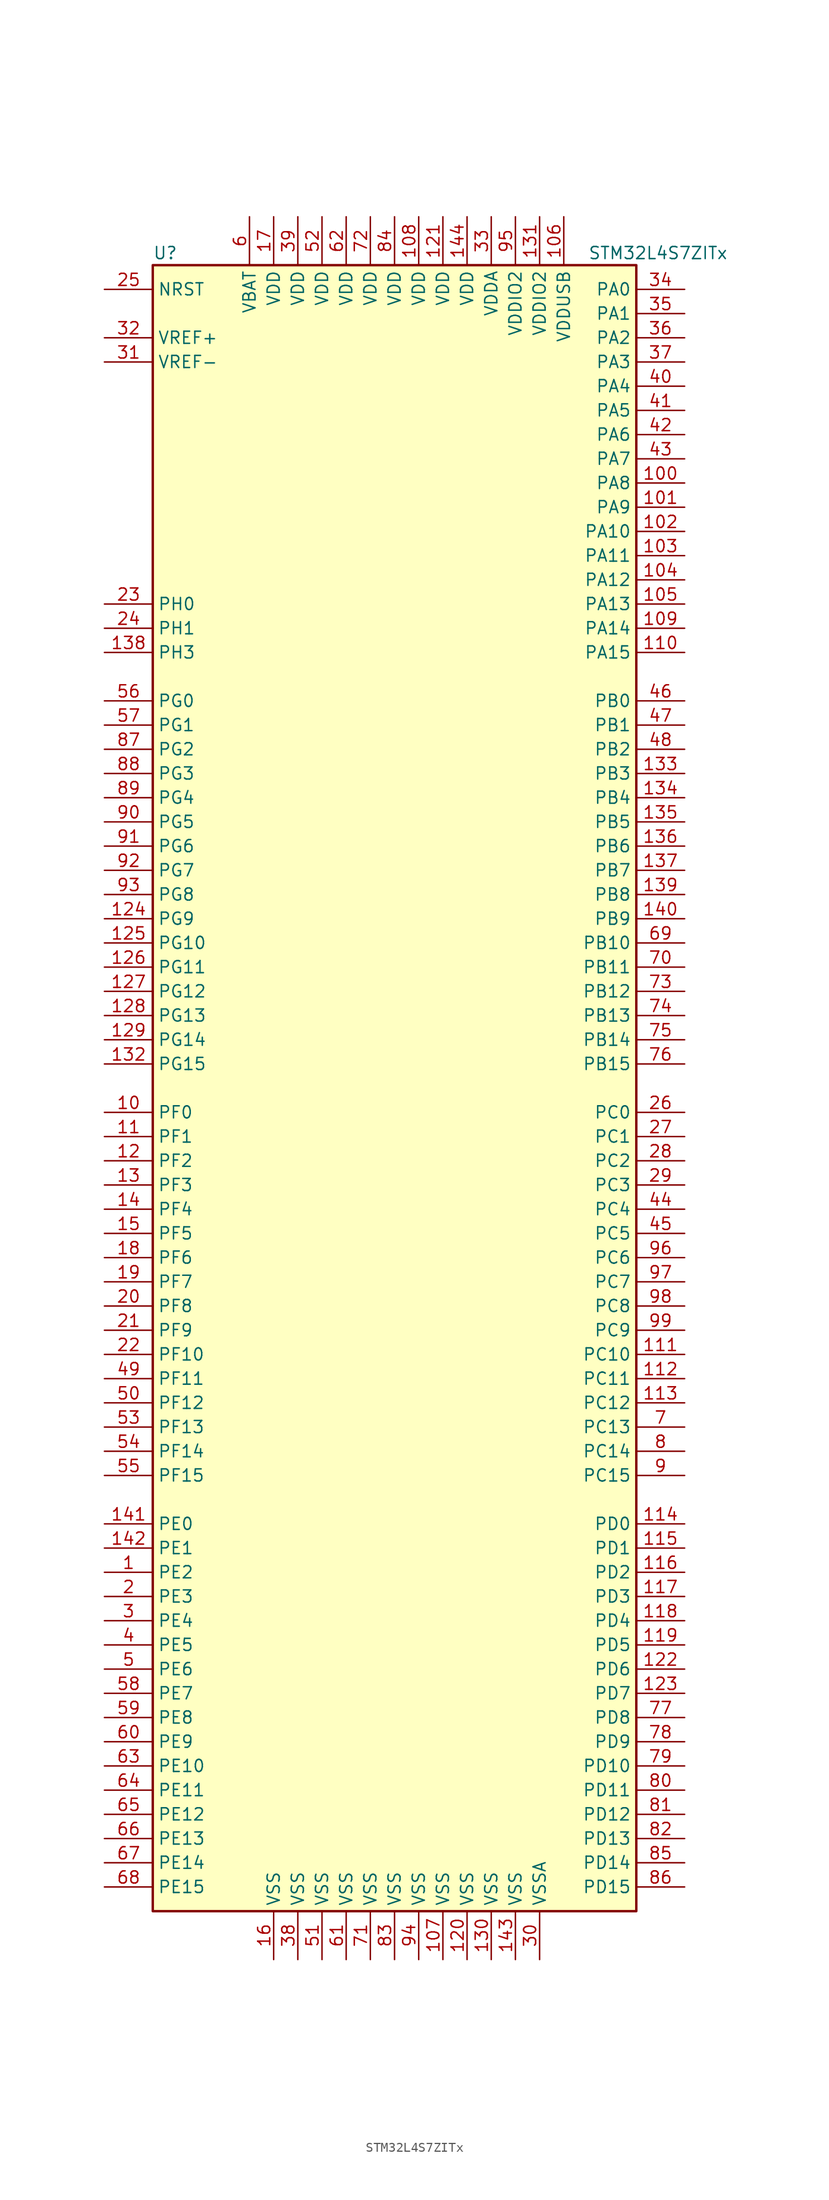
<source format=kicad_sym>
(kicad_symbol_lib
  (version 20211014)
  (generator kicad_symbol_editor)
  (symbol "STM32L4S7ZITx"
    (property "Reference" "U"
      (at -25.4 87.63 0)
      (effects (font (size 1.27 1.27)) (justify left)))
    (property "Value" "STM32L4S7ZITx"
      (at 20.32 87.63 0)
      (effects (font (size 1.27 1.27)) (justify left)))
    (symbol "STM32L4S7ZITx_0_1"
      (rectangle (start -25.4 -86.36) (end 25.4 86.36) (stroke (width 0.254) (type default) (color 0 0 0 0)) (fill (type background))))
    (symbol "STM32L4S7ZITx_1_1"
      (pin bidirectional line (at -30.48 -50.8 0) (length 5.08) (name "PE2" (effects (font (size 1.27 1.27)))) (number "1" (effects (font (size 1.27 1.27)))))
      (pin bidirectional line (at -30.48 -2.54 0) (length 5.08) (name "PF0" (effects (font (size 1.27 1.27)))) (number "10" (effects (font (size 1.27 1.27)))))
      (pin bidirectional line (at 30.48 63.5 180) (length 5.08) (name "PA8" (effects (font (size 1.27 1.27)))) (number "100" (effects (font (size 1.27 1.27)))))
      (pin bidirectional line (at 30.48 60.96 180) (length 5.08) (name "PA9" (effects (font (size 1.27 1.27)))) (number "101" (effects (font (size 1.27 1.27)))))
      (pin bidirectional line (at 30.48 58.42 180) (length 5.08) (name "PA10" (effects (font (size 1.27 1.27)))) (number "102" (effects (font (size 1.27 1.27)))))
      (pin bidirectional line (at 30.48 55.88 180) (length 5.08) (name "PA11" (effects (font (size 1.27 1.27)))) (number "103" (effects (font (size 1.27 1.27)))))
      (pin bidirectional line (at 30.48 53.34 180) (length 5.08) (name "PA12" (effects (font (size 1.27 1.27)))) (number "104" (effects (font (size 1.27 1.27)))))
      (pin bidirectional line (at 30.48 50.8 180) (length 5.08) (name "PA13" (effects (font (size 1.27 1.27)))) (number "105" (effects (font (size 1.27 1.27)))))
      (pin power_in line (at 17.78 91.44 270) (length 5.08) (name "VDDUSB" (effects (font (size 1.27 1.27)))) (number "106" (effects (font (size 1.27 1.27)))))
      (pin power_in line (at 5.08 -91.44 90) (length 5.08) (name "VSS" (effects (font (size 1.27 1.27)))) (number "107" (effects (font (size 1.27 1.27)))))
      (pin power_in line (at 2.54 91.44 270) (length 5.08) (name "VDD" (effects (font (size 1.27 1.27)))) (number "108" (effects (font (size 1.27 1.27)))))
      (pin bidirectional line (at 30.48 48.26 180) (length 5.08) (name "PA14" (effects (font (size 1.27 1.27)))) (number "109" (effects (font (size 1.27 1.27)))))
      (pin bidirectional line (at -30.48 -5.08 0) (length 5.08) (name "PF1" (effects (font (size 1.27 1.27)))) (number "11" (effects (font (size 1.27 1.27)))))
      (pin bidirectional line (at 30.48 45.72 180) (length 5.08) (name "PA15" (effects (font (size 1.27 1.27)))) (number "110" (effects (font (size 1.27 1.27)))))
      (pin bidirectional line (at 30.48 -27.94 180) (length 5.08) (name "PC10" (effects (font (size 1.27 1.27)))) (number "111" (effects (font (size 1.27 1.27)))))
      (pin bidirectional line (at 30.48 -30.48 180) (length 5.08) (name "PC11" (effects (font (size 1.27 1.27)))) (number "112" (effects (font (size 1.27 1.27)))))
      (pin bidirectional line (at 30.48 -33.02 180) (length 5.08) (name "PC12" (effects (font (size 1.27 1.27)))) (number "113" (effects (font (size 1.27 1.27)))))
      (pin bidirectional line (at 30.48 -45.72 180) (length 5.08) (name "PD0" (effects (font (size 1.27 1.27)))) (number "114" (effects (font (size 1.27 1.27)))))
      (pin bidirectional line (at 30.48 -48.26 180) (length 5.08) (name "PD1" (effects (font (size 1.27 1.27)))) (number "115" (effects (font (size 1.27 1.27)))))
      (pin bidirectional line (at 30.48 -50.8 180) (length 5.08) (name "PD2" (effects (font (size 1.27 1.27)))) (number "116" (effects (font (size 1.27 1.27)))))
      (pin bidirectional line (at 30.48 -53.34 180) (length 5.08) (name "PD3" (effects (font (size 1.27 1.27)))) (number "117" (effects (font (size 1.27 1.27)))))
      (pin bidirectional line (at 30.48 -55.88 180) (length 5.08) (name "PD4" (effects (font (size 1.27 1.27)))) (number "118" (effects (font (size 1.27 1.27)))))
      (pin bidirectional line (at 30.48 -58.42 180) (length 5.08) (name "PD5" (effects (font (size 1.27 1.27)))) (number "119" (effects (font (size 1.27 1.27)))))
      (pin bidirectional line (at -30.48 -7.62 0) (length 5.08) (name "PF2" (effects (font (size 1.27 1.27)))) (number "12" (effects (font (size 1.27 1.27)))))
      (pin power_in line (at 7.62 -91.44 90) (length 5.08) (name "VSS" (effects (font (size 1.27 1.27)))) (number "120" (effects (font (size 1.27 1.27)))))
      (pin power_in line (at 5.08 91.44 270) (length 5.08) (name "VDD" (effects (font (size 1.27 1.27)))) (number "121" (effects (font (size 1.27 1.27)))))
      (pin bidirectional line (at 30.48 -60.96 180) (length 5.08) (name "PD6" (effects (font (size 1.27 1.27)))) (number "122" (effects (font (size 1.27 1.27)))))
      (pin bidirectional line (at 30.48 -63.5 180) (length 5.08) (name "PD7" (effects (font (size 1.27 1.27)))) (number "123" (effects (font (size 1.27 1.27)))))
      (pin bidirectional line (at -30.48 17.78 0) (length 5.08) (name "PG9" (effects (font (size 1.27 1.27)))) (number "124" (effects (font (size 1.27 1.27)))))
      (pin bidirectional line (at -30.48 15.24 0) (length 5.08) (name "PG10" (effects (font (size 1.27 1.27)))) (number "125" (effects (font (size 1.27 1.27)))))
      (pin bidirectional line (at -30.48 12.7 0) (length 5.08) (name "PG11" (effects (font (size 1.27 1.27)))) (number "126" (effects (font (size 1.27 1.27)))))
      (pin bidirectional line (at -30.48 10.16 0) (length 5.08) (name "PG12" (effects (font (size 1.27 1.27)))) (number "127" (effects (font (size 1.27 1.27)))))
      (pin bidirectional line (at -30.48 7.62 0) (length 5.08) (name "PG13" (effects (font (size 1.27 1.27)))) (number "128" (effects (font (size 1.27 1.27)))))
      (pin bidirectional line (at -30.48 5.08 0) (length 5.08) (name "PG14" (effects (font (size 1.27 1.27)))) (number "129" (effects (font (size 1.27 1.27)))))
      (pin bidirectional line (at -30.48 -10.16 0) (length 5.08) (name "PF3" (effects (font (size 1.27 1.27)))) (number "13" (effects (font (size 1.27 1.27)))))
      (pin power_in line (at 10.16 -91.44 90) (length 5.08) (name "VSS" (effects (font (size 1.27 1.27)))) (number "130" (effects (font (size 1.27 1.27)))))
      (pin power_in line (at 15.24 91.44 270) (length 5.08) (name "VDDIO2" (effects (font (size 1.27 1.27)))) (number "131" (effects (font (size 1.27 1.27)))))
      (pin bidirectional line (at -30.48 2.54 0) (length 5.08) (name "PG15" (effects (font (size 1.27 1.27)))) (number "132" (effects (font (size 1.27 1.27)))))
      (pin bidirectional line (at 30.48 33.02 180) (length 5.08) (name "PB3" (effects (font (size 1.27 1.27)))) (number "133" (effects (font (size 1.27 1.27)))))
      (pin bidirectional line (at 30.48 30.48 180) (length 5.08) (name "PB4" (effects (font (size 1.27 1.27)))) (number "134" (effects (font (size 1.27 1.27)))))
      (pin bidirectional line (at 30.48 27.94 180) (length 5.08) (name "PB5" (effects (font (size 1.27 1.27)))) (number "135" (effects (font (size 1.27 1.27)))))
      (pin bidirectional line (at 30.48 25.4 180) (length 5.08) (name "PB6" (effects (font (size 1.27 1.27)))) (number "136" (effects (font (size 1.27 1.27)))))
      (pin bidirectional line (at 30.48 22.86 180) (length 5.08) (name "PB7" (effects (font (size 1.27 1.27)))) (number "137" (effects (font (size 1.27 1.27)))))
      (pin bidirectional line (at -30.48 45.72 0) (length 5.08) (name "PH3" (effects (font (size 1.27 1.27)))) (number "138" (effects (font (size 1.27 1.27)))))
      (pin bidirectional line (at 30.48 20.32 180) (length 5.08) (name "PB8" (effects (font (size 1.27 1.27)))) (number "139" (effects (font (size 1.27 1.27)))))
      (pin bidirectional line (at -30.48 -12.7 0) (length 5.08) (name "PF4" (effects (font (size 1.27 1.27)))) (number "14" (effects (font (size 1.27 1.27)))))
      (pin bidirectional line (at 30.48 17.78 180) (length 5.08) (name "PB9" (effects (font (size 1.27 1.27)))) (number "140" (effects (font (size 1.27 1.27)))))
      (pin bidirectional line (at -30.48 -45.72 0) (length 5.08) (name "PE0" (effects (font (size 1.27 1.27)))) (number "141" (effects (font (size 1.27 1.27)))))
      (pin bidirectional line (at -30.48 -48.26 0) (length 5.08) (name "PE1" (effects (font (size 1.27 1.27)))) (number "142" (effects (font (size 1.27 1.27)))))
      (pin power_in line (at 12.7 -91.44 90) (length 5.08) (name "VSS" (effects (font (size 1.27 1.27)))) (number "143" (effects (font (size 1.27 1.27)))))
      (pin power_in line (at 7.62 91.44 270) (length 5.08) (name "VDD" (effects (font (size 1.27 1.27)))) (number "144" (effects (font (size 1.27 1.27)))))
      (pin bidirectional line (at -30.48 -15.24 0) (length 5.08) (name "PF5" (effects (font (size 1.27 1.27)))) (number "15" (effects (font (size 1.27 1.27)))))
      (pin power_in line (at -12.7 -91.44 90) (length 5.08) (name "VSS" (effects (font (size 1.27 1.27)))) (number "16" (effects (font (size 1.27 1.27)))))
      (pin power_in line (at -12.7 91.44 270) (length 5.08) (name "VDD" (effects (font (size 1.27 1.27)))) (number "17" (effects (font (size 1.27 1.27)))))
      (pin bidirectional line (at -30.48 -17.78 0) (length 5.08) (name "PF6" (effects (font (size 1.27 1.27)))) (number "18" (effects (font (size 1.27 1.27)))))
      (pin bidirectional line (at -30.48 -20.32 0) (length 5.08) (name "PF7" (effects (font (size 1.27 1.27)))) (number "19" (effects (font (size 1.27 1.27)))))
      (pin bidirectional line (at -30.48 -53.34 0) (length 5.08) (name "PE3" (effects (font (size 1.27 1.27)))) (number "2" (effects (font (size 1.27 1.27)))))
      (pin bidirectional line (at -30.48 -22.86 0) (length 5.08) (name "PF8" (effects (font (size 1.27 1.27)))) (number "20" (effects (font (size 1.27 1.27)))))
      (pin bidirectional line (at -30.48 -25.4 0) (length 5.08) (name "PF9" (effects (font (size 1.27 1.27)))) (number "21" (effects (font (size 1.27 1.27)))))
      (pin bidirectional line (at -30.48 -27.94 0) (length 5.08) (name "PF10" (effects (font (size 1.27 1.27)))) (number "22" (effects (font (size 1.27 1.27)))))
      (pin input line (at -30.48 50.8 0) (length 5.08) (name "PH0" (effects (font (size 1.27 1.27)))) (number "23" (effects (font (size 1.27 1.27)))))
      (pin input line (at -30.48 48.26 0) (length 5.08) (name "PH1" (effects (font (size 1.27 1.27)))) (number "24" (effects (font (size 1.27 1.27)))))
      (pin input line (at -30.48 83.82 0) (length 5.08) (name "NRST" (effects (font (size 1.27 1.27)))) (number "25" (effects (font (size 1.27 1.27)))))
      (pin bidirectional line (at 30.48 -2.54 180) (length 5.08) (name "PC0" (effects (font (size 1.27 1.27)))) (number "26" (effects (font (size 1.27 1.27)))))
      (pin bidirectional line (at 30.48 -5.08 180) (length 5.08) (name "PC1" (effects (font (size 1.27 1.27)))) (number "27" (effects (font (size 1.27 1.27)))))
      (pin bidirectional line (at 30.48 -7.62 180) (length 5.08) (name "PC2" (effects (font (size 1.27 1.27)))) (number "28" (effects (font (size 1.27 1.27)))))
      (pin bidirectional line (at 30.48 -10.16 180) (length 5.08) (name "PC3" (effects (font (size 1.27 1.27)))) (number "29" (effects (font (size 1.27 1.27)))))
      (pin bidirectional line (at -30.48 -55.88 0) (length 5.08) (name "PE4" (effects (font (size 1.27 1.27)))) (number "3" (effects (font (size 1.27 1.27)))))
      (pin power_in line (at 15.24 -91.44 90) (length 5.08) (name "VSSA" (effects (font (size 1.27 1.27)))) (number "30" (effects (font (size 1.27 1.27)))))
      (pin power_in line (at -30.48 76.2 0) (length 5.08) (name "VREF-" (effects (font (size 1.27 1.27)))) (number "31" (effects (font (size 1.27 1.27)))))
      (pin bidirectional line (at -30.48 78.74 0) (length 5.08) (name "VREF+" (effects (font (size 1.27 1.27)))) (number "32" (effects (font (size 1.27 1.27)))))
      (pin power_in line (at 10.16 91.44 270) (length 5.08) (name "VDDA" (effects (font (size 1.27 1.27)))) (number "33" (effects (font (size 1.27 1.27)))))
      (pin bidirectional line (at 30.48 83.82 180) (length 5.08) (name "PA0" (effects (font (size 1.27 1.27)))) (number "34" (effects (font (size 1.27 1.27)))))
      (pin bidirectional line (at 30.48 81.28 180) (length 5.08) (name "PA1" (effects (font (size 1.27 1.27)))) (number "35" (effects (font (size 1.27 1.27)))))
      (pin bidirectional line (at 30.48 78.74 180) (length 5.08) (name "PA2" (effects (font (size 1.27 1.27)))) (number "36" (effects (font (size 1.27 1.27)))))
      (pin bidirectional line (at 30.48 76.2 180) (length 5.08) (name "PA3" (effects (font (size 1.27 1.27)))) (number "37" (effects (font (size 1.27 1.27)))))
      (pin power_in line (at -10.16 -91.44 90) (length 5.08) (name "VSS" (effects (font (size 1.27 1.27)))) (number "38" (effects (font (size 1.27 1.27)))))
      (pin power_in line (at -10.16 91.44 270) (length 5.08) (name "VDD" (effects (font (size 1.27 1.27)))) (number "39" (effects (font (size 1.27 1.27)))))
      (pin bidirectional line (at -30.48 -58.42 0) (length 5.08) (name "PE5" (effects (font (size 1.27 1.27)))) (number "4" (effects (font (size 1.27 1.27)))))
      (pin bidirectional line (at 30.48 73.66 180) (length 5.08) (name "PA4" (effects (font (size 1.27 1.27)))) (number "40" (effects (font (size 1.27 1.27)))))
      (pin bidirectional line (at 30.48 71.12 180) (length 5.08) (name "PA5" (effects (font (size 1.27 1.27)))) (number "41" (effects (font (size 1.27 1.27)))))
      (pin bidirectional line (at 30.48 68.58 180) (length 5.08) (name "PA6" (effects (font (size 1.27 1.27)))) (number "42" (effects (font (size 1.27 1.27)))))
      (pin bidirectional line (at 30.48 66.04 180) (length 5.08) (name "PA7" (effects (font (size 1.27 1.27)))) (number "43" (effects (font (size 1.27 1.27)))))
      (pin bidirectional line (at 30.48 -12.7 180) (length 5.08) (name "PC4" (effects (font (size 1.27 1.27)))) (number "44" (effects (font (size 1.27 1.27)))))
      (pin bidirectional line (at 30.48 -15.24 180) (length 5.08) (name "PC5" (effects (font (size 1.27 1.27)))) (number "45" (effects (font (size 1.27 1.27)))))
      (pin bidirectional line (at 30.48 40.64 180) (length 5.08) (name "PB0" (effects (font (size 1.27 1.27)))) (number "46" (effects (font (size 1.27 1.27)))))
      (pin bidirectional line (at 30.48 38.1 180) (length 5.08) (name "PB1" (effects (font (size 1.27 1.27)))) (number "47" (effects (font (size 1.27 1.27)))))
      (pin bidirectional line (at 30.48 35.56 180) (length 5.08) (name "PB2" (effects (font (size 1.27 1.27)))) (number "48" (effects (font (size 1.27 1.27)))))
      (pin bidirectional line (at -30.48 -30.48 0) (length 5.08) (name "PF11" (effects (font (size 1.27 1.27)))) (number "49" (effects (font (size 1.27 1.27)))))
      (pin bidirectional line (at -30.48 -60.96 0) (length 5.08) (name "PE6" (effects (font (size 1.27 1.27)))) (number "5" (effects (font (size 1.27 1.27)))))
      (pin bidirectional line (at -30.48 -33.02 0) (length 5.08) (name "PF12" (effects (font (size 1.27 1.27)))) (number "50" (effects (font (size 1.27 1.27)))))
      (pin power_in line (at -7.62 -91.44 90) (length 5.08) (name "VSS" (effects (font (size 1.27 1.27)))) (number "51" (effects (font (size 1.27 1.27)))))
      (pin power_in line (at -7.62 91.44 270) (length 5.08) (name "VDD" (effects (font (size 1.27 1.27)))) (number "52" (effects (font (size 1.27 1.27)))))
      (pin bidirectional line (at -30.48 -35.56 0) (length 5.08) (name "PF13" (effects (font (size 1.27 1.27)))) (number "53" (effects (font (size 1.27 1.27)))))
      (pin bidirectional line (at -30.48 -38.1 0) (length 5.08) (name "PF14" (effects (font (size 1.27 1.27)))) (number "54" (effects (font (size 1.27 1.27)))))
      (pin bidirectional line (at -30.48 -40.64 0) (length 5.08) (name "PF15" (effects (font (size 1.27 1.27)))) (number "55" (effects (font (size 1.27 1.27)))))
      (pin bidirectional line (at -30.48 40.64 0) (length 5.08) (name "PG0" (effects (font (size 1.27 1.27)))) (number "56" (effects (font (size 1.27 1.27)))))
      (pin bidirectional line (at -30.48 38.1 0) (length 5.08) (name "PG1" (effects (font (size 1.27 1.27)))) (number "57" (effects (font (size 1.27 1.27)))))
      (pin bidirectional line (at -30.48 -63.5 0) (length 5.08) (name "PE7" (effects (font (size 1.27 1.27)))) (number "58" (effects (font (size 1.27 1.27)))))
      (pin bidirectional line (at -30.48 -66.04 0) (length 5.08) (name "PE8" (effects (font (size 1.27 1.27)))) (number "59" (effects (font (size 1.27 1.27)))))
      (pin power_in line (at -15.24 91.44 270) (length 5.08) (name "VBAT" (effects (font (size 1.27 1.27)))) (number "6" (effects (font (size 1.27 1.27)))))
      (pin bidirectional line (at -30.48 -68.58 0) (length 5.08) (name "PE9" (effects (font (size 1.27 1.27)))) (number "60" (effects (font (size 1.27 1.27)))))
      (pin power_in line (at -5.08 -91.44 90) (length 5.08) (name "VSS" (effects (font (size 1.27 1.27)))) (number "61" (effects (font (size 1.27 1.27)))))
      (pin power_in line (at -5.08 91.44 270) (length 5.08) (name "VDD" (effects (font (size 1.27 1.27)))) (number "62" (effects (font (size 1.27 1.27)))))
      (pin bidirectional line (at -30.48 -71.12 0) (length 5.08) (name "PE10" (effects (font (size 1.27 1.27)))) (number "63" (effects (font (size 1.27 1.27)))))
      (pin bidirectional line (at -30.48 -73.66 0) (length 5.08) (name "PE11" (effects (font (size 1.27 1.27)))) (number "64" (effects (font (size 1.27 1.27)))))
      (pin bidirectional line (at -30.48 -76.2 0) (length 5.08) (name "PE12" (effects (font (size 1.27 1.27)))) (number "65" (effects (font (size 1.27 1.27)))))
      (pin bidirectional line (at -30.48 -78.74 0) (length 5.08) (name "PE13" (effects (font (size 1.27 1.27)))) (number "66" (effects (font (size 1.27 1.27)))))
      (pin bidirectional line (at -30.48 -81.28 0) (length 5.08) (name "PE14" (effects (font (size 1.27 1.27)))) (number "67" (effects (font (size 1.27 1.27)))))
      (pin bidirectional line (at -30.48 -83.82 0) (length 5.08) (name "PE15" (effects (font (size 1.27 1.27)))) (number "68" (effects (font (size 1.27 1.27)))))
      (pin bidirectional line (at 30.48 15.24 180) (length 5.08) (name "PB10" (effects (font (size 1.27 1.27)))) (number "69" (effects (font (size 1.27 1.27)))))
      (pin bidirectional line (at 30.48 -35.56 180) (length 5.08) (name "PC13" (effects (font (size 1.27 1.27)))) (number "7" (effects (font (size 1.27 1.27)))))
      (pin bidirectional line (at 30.48 12.7 180) (length 5.08) (name "PB11" (effects (font (size 1.27 1.27)))) (number "70" (effects (font (size 1.27 1.27)))))
      (pin power_in line (at -2.54 -91.44 90) (length 5.08) (name "VSS" (effects (font (size 1.27 1.27)))) (number "71" (effects (font (size 1.27 1.27)))))
      (pin power_in line (at -2.54 91.44 270) (length 5.08) (name "VDD" (effects (font (size 1.27 1.27)))) (number "72" (effects (font (size 1.27 1.27)))))
      (pin bidirectional line (at 30.48 10.16 180) (length 5.08) (name "PB12" (effects (font (size 1.27 1.27)))) (number "73" (effects (font (size 1.27 1.27)))))
      (pin bidirectional line (at 30.48 7.62 180) (length 5.08) (name "PB13" (effects (font (size 1.27 1.27)))) (number "74" (effects (font (size 1.27 1.27)))))
      (pin bidirectional line (at 30.48 5.08 180) (length 5.08) (name "PB14" (effects (font (size 1.27 1.27)))) (number "75" (effects (font (size 1.27 1.27)))))
      (pin bidirectional line (at 30.48 2.54 180) (length 5.08) (name "PB15" (effects (font (size 1.27 1.27)))) (number "76" (effects (font (size 1.27 1.27)))))
      (pin bidirectional line (at 30.48 -66.04 180) (length 5.08) (name "PD8" (effects (font (size 1.27 1.27)))) (number "77" (effects (font (size 1.27 1.27)))))
      (pin bidirectional line (at 30.48 -68.58 180) (length 5.08) (name "PD9" (effects (font (size 1.27 1.27)))) (number "78" (effects (font (size 1.27 1.27)))))
      (pin bidirectional line (at 30.48 -71.12 180) (length 5.08) (name "PD10" (effects (font (size 1.27 1.27)))) (number "79" (effects (font (size 1.27 1.27)))))
      (pin bidirectional line (at 30.48 -38.1 180) (length 5.08) (name "PC14" (effects (font (size 1.27 1.27)))) (number "8" (effects (font (size 1.27 1.27)))))
      (pin bidirectional line (at 30.48 -73.66 180) (length 5.08) (name "PD11" (effects (font (size 1.27 1.27)))) (number "80" (effects (font (size 1.27 1.27)))))
      (pin bidirectional line (at 30.48 -76.2 180) (length 5.08) (name "PD12" (effects (font (size 1.27 1.27)))) (number "81" (effects (font (size 1.27 1.27)))))
      (pin bidirectional line (at 30.48 -78.74 180) (length 5.08) (name "PD13" (effects (font (size 1.27 1.27)))) (number "82" (effects (font (size 1.27 1.27)))))
      (pin power_in line (at 0 -91.44 90) (length 5.08) (name "VSS" (effects (font (size 1.27 1.27)))) (number "83" (effects (font (size 1.27 1.27)))))
      (pin power_in line (at 0 91.44 270) (length 5.08) (name "VDD" (effects (font (size 1.27 1.27)))) (number "84" (effects (font (size 1.27 1.27)))))
      (pin bidirectional line (at 30.48 -81.28 180) (length 5.08) (name "PD14" (effects (font (size 1.27 1.27)))) (number "85" (effects (font (size 1.27 1.27)))))
      (pin bidirectional line (at 30.48 -83.82 180) (length 5.08) (name "PD15" (effects (font (size 1.27 1.27)))) (number "86" (effects (font (size 1.27 1.27)))))
      (pin bidirectional line (at -30.48 35.56 0) (length 5.08) (name "PG2" (effects (font (size 1.27 1.27)))) (number "87" (effects (font (size 1.27 1.27)))))
      (pin bidirectional line (at -30.48 33.02 0) (length 5.08) (name "PG3" (effects (font (size 1.27 1.27)))) (number "88" (effects (font (size 1.27 1.27)))))
      (pin bidirectional line (at -30.48 30.48 0) (length 5.08) (name "PG4" (effects (font (size 1.27 1.27)))) (number "89" (effects (font (size 1.27 1.27)))))
      (pin bidirectional line (at 30.48 -40.64 180) (length 5.08) (name "PC15" (effects (font (size 1.27 1.27)))) (number "9" (effects (font (size 1.27 1.27)))))
      (pin bidirectional line (at -30.48 27.94 0) (length 5.08) (name "PG5" (effects (font (size 1.27 1.27)))) (number "90" (effects (font (size 1.27 1.27)))))
      (pin bidirectional line (at -30.48 25.4 0) (length 5.08) (name "PG6" (effects (font (size 1.27 1.27)))) (number "91" (effects (font (size 1.27 1.27)))))
      (pin bidirectional line (at -30.48 22.86 0) (length 5.08) (name "PG7" (effects (font (size 1.27 1.27)))) (number "92" (effects (font (size 1.27 1.27)))))
      (pin bidirectional line (at -30.48 20.32 0) (length 5.08) (name "PG8" (effects (font (size 1.27 1.27)))) (number "93" (effects (font (size 1.27 1.27)))))
      (pin power_in line (at 2.54 -91.44 90) (length 5.08) (name "VSS" (effects (font (size 1.27 1.27)))) (number "94" (effects (font (size 1.27 1.27)))))
      (pin power_in line (at 12.7 91.44 270) (length 5.08) (name "VDDIO2" (effects (font (size 1.27 1.27)))) (number "95" (effects (font (size 1.27 1.27)))))
      (pin bidirectional line (at 30.48 -17.78 180) (length 5.08) (name "PC6" (effects (font (size 1.27 1.27)))) (number "96" (effects (font (size 1.27 1.27)))))
      (pin bidirectional line (at 30.48 -20.32 180) (length 5.08) (name "PC7" (effects (font (size 1.27 1.27)))) (number "97" (effects (font (size 1.27 1.27)))))
      (pin bidirectional line (at 30.48 -22.86 180) (length 5.08) (name "PC8" (effects (font (size 1.27 1.27)))) (number "98" (effects (font (size 1.27 1.27)))))
      (pin bidirectional line (at 30.48 -25.4 180) (length 5.08) (name "PC9" (effects (font (size 1.27 1.27)))) (number "99" (effects (font (size 1.27 1.27))))))))
</source>
